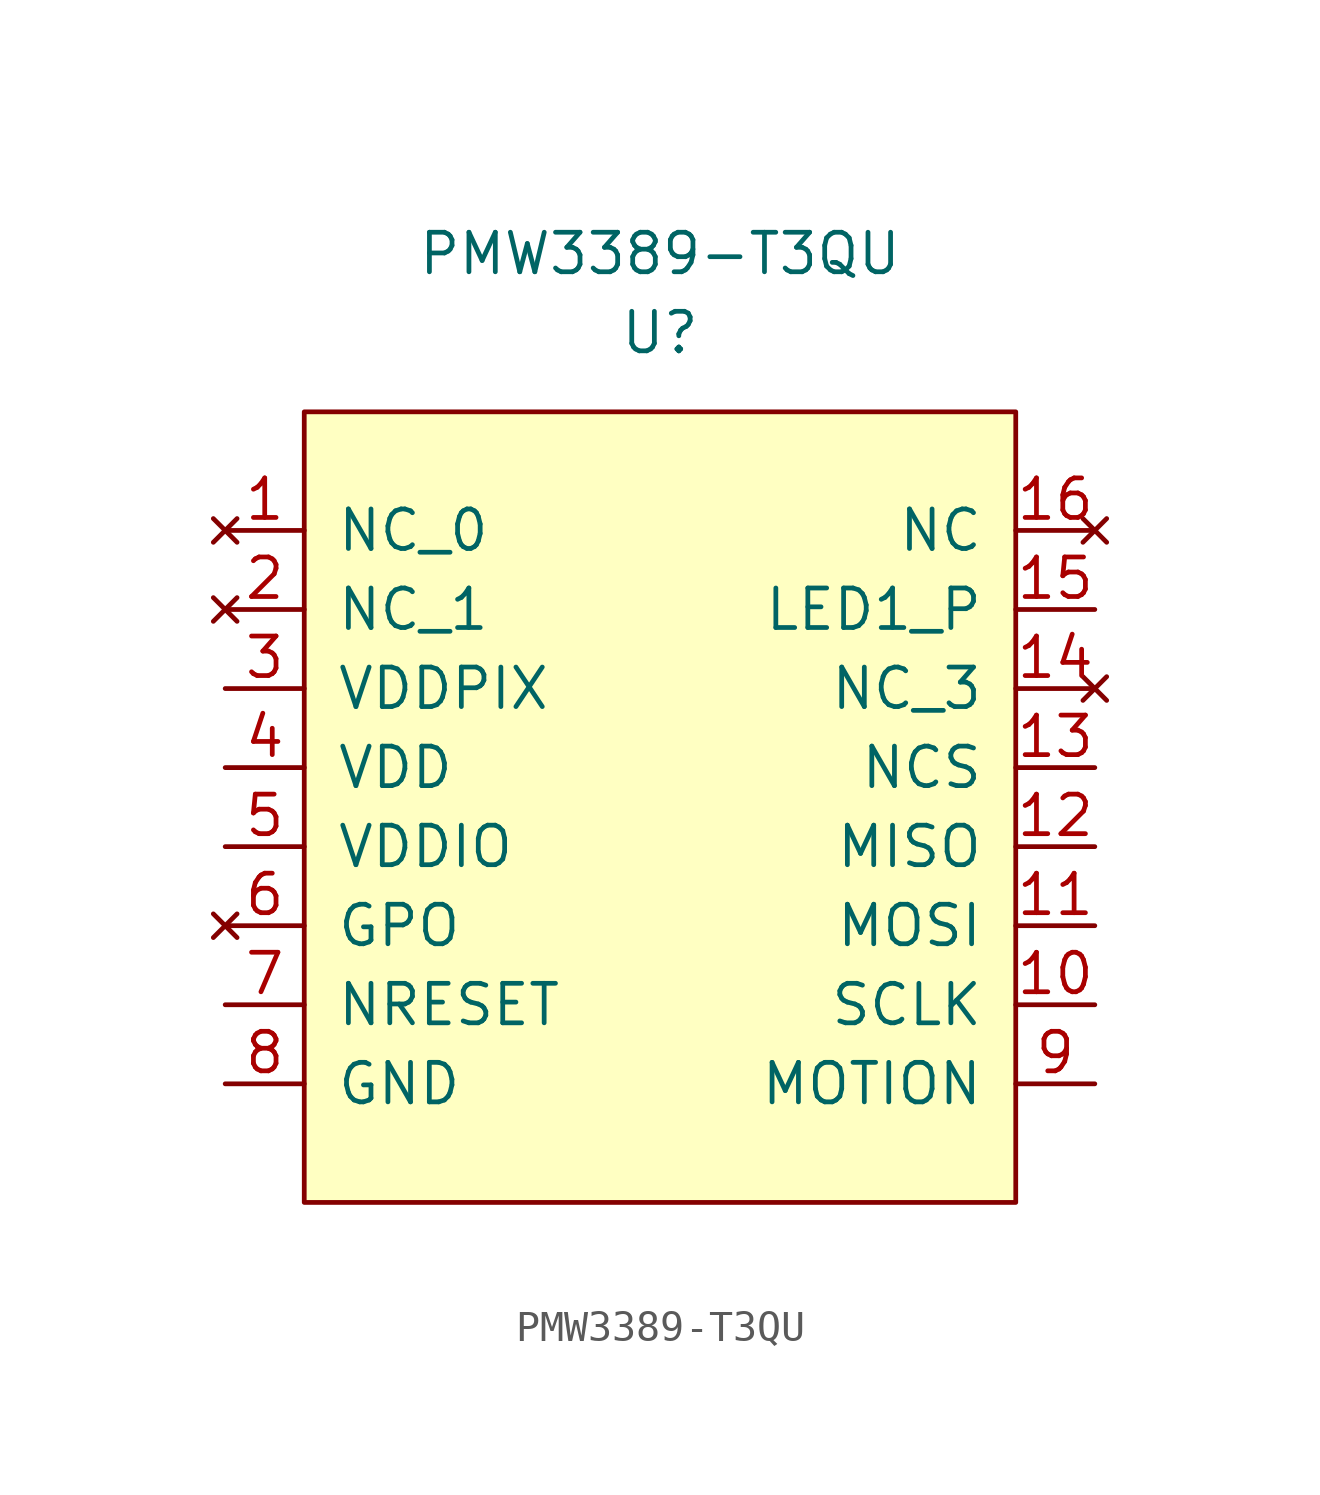
<source format=kicad_sym>
(kicad_symbol_lib
  (version 20211014)
  (generator kicad_symbol_editor)
  (symbol "PMW3389-T3QU"
    (pin_names
      (offset 1.016))
    (property "Reference" "U"
      (at 0 13.97 0)
      (effects (font (size 1.27 1.27))))
    (property "Value" "PMW3389-T3QU"
      (at 0 16.51 0)
      (effects (font (size 1.27 1.27))))
    (symbol "PMW3389-T3QU_0_1"
      (rectangle (start -11.43 11.43) (end 11.43 -13.97) (stroke (width 0) (type default) (color 0 0 0 0)) (fill (type background))))
    (symbol "PMW3389-T3QU_1_1"
      (pin no_connect line (at -13.97 7.62 0) (length 2.54) (name "NC_0" (effects (font (size 1.27 1.27)))) (number "1" (effects (font (size 1.27 1.27)))))
      (pin input line (at 13.97 -7.62 180) (length 2.54) (name "SCLK" (effects (font (size 1.27 1.27)))) (number "10" (effects (font (size 1.27 1.27)))))
      (pin input line (at 13.97 -5.08 180) (length 2.54) (name "MOSI" (effects (font (size 1.27 1.27)))) (number "11" (effects (font (size 1.27 1.27)))))
      (pin output line (at 13.97 -2.54 180) (length 2.54) (name "MISO" (effects (font (size 1.27 1.27)))) (number "12" (effects (font (size 1.27 1.27)))))
      (pin input line (at 13.97 0 180) (length 2.54) (name "NCS" (effects (font (size 1.27 1.27)))) (number "13" (effects (font (size 1.27 1.27)))))
      (pin no_connect line (at 13.97 2.54 180) (length 2.54) (name "NC_3" (effects (font (size 1.27 1.27)))) (number "14" (effects (font (size 1.27 1.27)))))
      (pin input line (at 13.97 5.08 180) (length 2.54) (name "LED1_P" (effects (font (size 1.27 1.27)))) (number "15" (effects (font (size 1.27 1.27)))))
      (pin no_connect line (at 13.97 7.62 180) (length 2.54) (name "NC" (effects (font (size 1.27 1.27)))) (number "16" (effects (font (size 1.27 1.27)))))
      (pin no_connect line (at -13.97 5.08 0) (length 2.54) (name "NC_1" (effects (font (size 1.27 1.27)))) (number "2" (effects (font (size 1.27 1.27)))))
      (pin output line (at -13.97 2.54 0) (length 2.54) (name "VDDPIX" (effects (font (size 1.27 1.27)))) (number "3" (effects (font (size 1.27 1.27)))))
      (pin power_in line (at -13.97 0 0) (length 2.54) (name "VDD" (effects (font (size 1.27 1.27)))) (number "4" (effects (font (size 1.27 1.27)))))
      (pin power_in line (at -13.97 -2.54 0) (length 2.54) (name "VDDIO" (effects (font (size 1.27 1.27)))) (number "5" (effects (font (size 1.27 1.27)))))
      (pin no_connect line (at -13.97 -5.08 0) (length 2.54) (name "GPO" (effects (font (size 1.27 1.27)))) (number "6" (effects (font (size 1.27 1.27)))))
      (pin input line (at -13.97 -7.62 0) (length 2.54) (name "NRESET" (effects (font (size 1.27 1.27)))) (number "7" (effects (font (size 1.27 1.27)))))
      (pin power_in line (at -13.97 -10.16 0) (length 2.54) (name "GND" (effects (font (size 1.27 1.27)))) (number "8" (effects (font (size 1.27 1.27)))))
      (pin output line (at 13.97 -10.16 180) (length 2.54) (name "MOTION" (effects (font (size 1.27 1.27)))) (number "9" (effects (font (size 1.27 1.27))))))))
</source>
